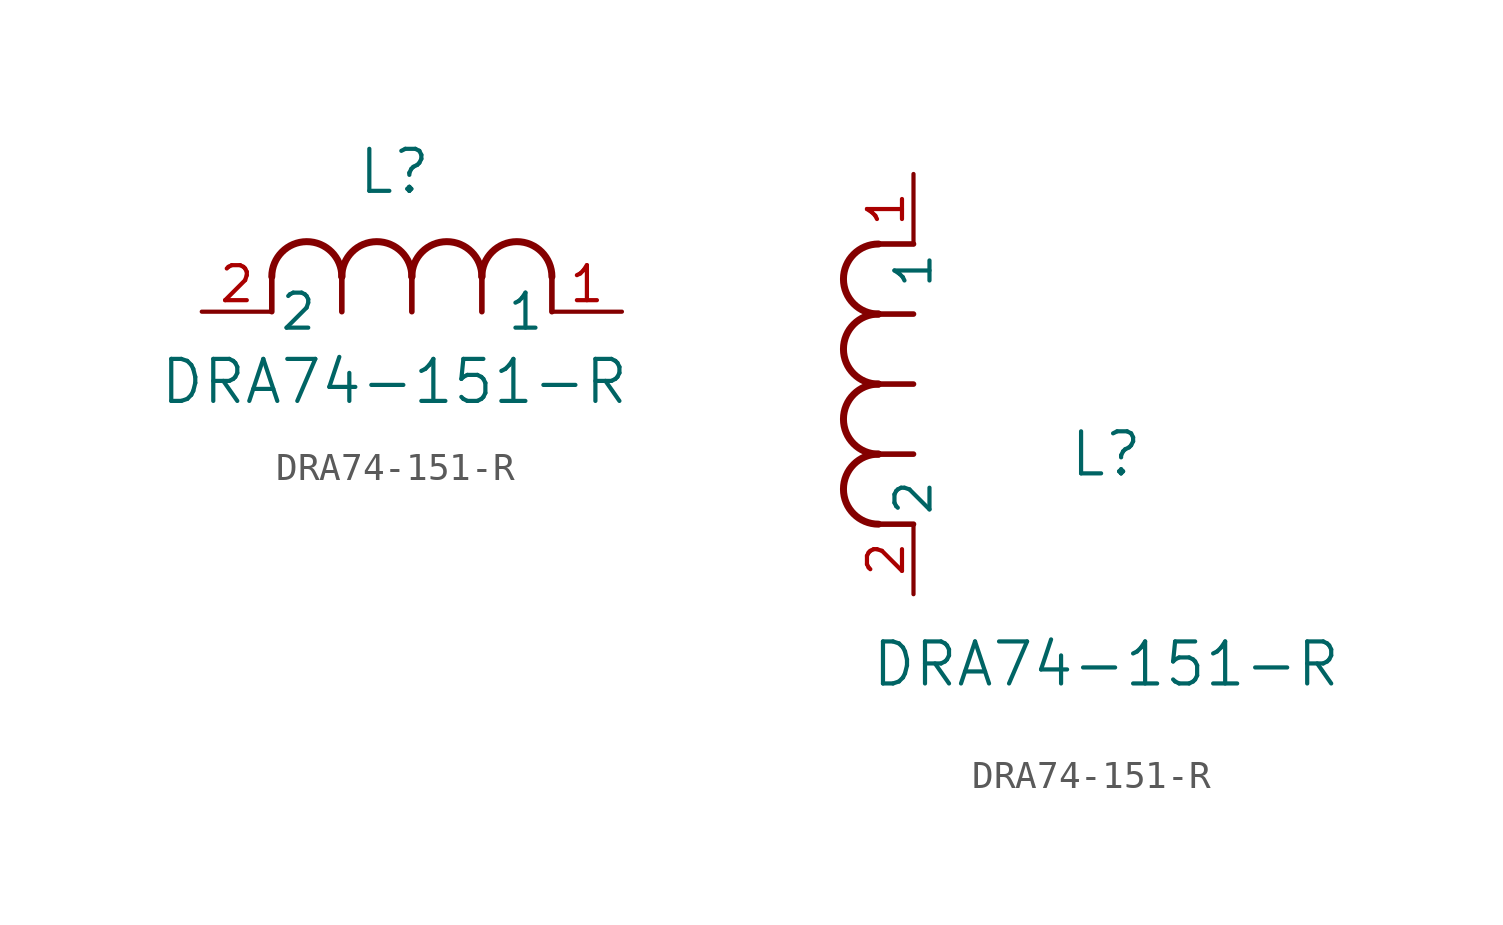
<source format=kicad_sym>
(kicad_symbol_lib
  (version 20211014)
  (generator kicad_symbol_editor)
  (symbol "DRA74-151-R"
    (pin_names
      (offset 0.254))
    (property "Reference" "L"
      (at 6.985 5.08 0)
      (effects (font (size 1.524 1.524))))
    (property "Value" "DRA74-151-R"
      (at 6.985 -2.54 0)
      (effects (font (size 1.524 1.524))))
    (symbol "DRA74-151-R_1_1"
      (arc (start 7.62 1.27) (mid 6.35 2.54) (end 5.08 1.27) (stroke (width 0.254) (type default) (color 0 0 0 0)) (fill (type none)))
      (polyline (pts (xy 5.08 0) (xy 5.08 1.27)) (stroke (width 0.203) (type default) (color 0 0 0 0)) (fill (type none)))
      (polyline (pts (xy 7.62 0) (xy 7.62 1.27)) (stroke (width 0.203) (type default) (color 0 0 0 0)) (fill (type none)))
      (polyline (pts (xy 12.7 0) (xy 12.7 1.27)) (stroke (width 0.203) (type default) (color 0 0 0 0)) (fill (type none)))
      (arc (start 5.08 1.27) (mid 3.81 2.54) (end 2.54 1.27) (stroke (width 0.254) (type default) (color 0 0 0 0)) (fill (type none)))
      (arc (start 10.16 1.27) (mid 8.89 2.54) (end 7.62 1.27) (stroke (width 0.254) (type default) (color 0 0 0 0)) (fill (type none)))
      (arc (start 12.7 1.27) (mid 11.43 2.54) (end 10.16 1.27) (stroke (width 0.254) (type default) (color 0 0 0 0)) (fill (type none)))
      (polyline (pts (xy 2.54 0) (xy 2.54 1.27)) (stroke (width 0.203) (type default) (color 0 0 0 0)) (fill (type none)))
      (polyline (pts (xy 10.16 0) (xy 10.16 1.27)) (stroke (width 0.203) (type default) (color 0 0 0 0)) (fill (type none)))
      (pin unspecified line (at 0 0 0) (length 2.54) (name "2" (effects (font (size 1.27 1.27)))) (number "2" (effects (font (size 1.27 1.27)))))
      (pin unspecified line (at 15.24 0 180) (length 2.54) (name "1" (effects (font (size 1.27 1.27)))) (number "1" (effects (font (size 1.27 1.27))))))
    (symbol "DRA74-151-R_1_2"
      (arc (start -1.27 7.62) (mid -2.54 6.35) (end -1.27 5.08) (stroke (width 0.254) (type default) (color 0 0 0 0)) (fill (type none)))
      (arc (start -1.27 5.08) (mid -2.54 3.81) (end -1.27 2.54) (stroke (width 0.254) (type default) (color 0 0 0 0)) (fill (type none)))
      (arc (start -1.27 12.7) (mid -2.54 11.43) (end -1.27 10.16) (stroke (width 0.254) (type default) (color 0 0 0 0)) (fill (type none)))
      (arc (start -1.27 10.16) (mid -2.54 8.89) (end -1.27 7.62) (stroke (width 0.254) (type default) (color 0 0 0 0)) (fill (type none)))
      (polyline (pts (xy 0 7.62) (xy -1.27 7.62)) (stroke (width 0.203) (type default) (color 0 0 0 0)) (fill (type none)))
      (polyline (pts (xy 0 5.08) (xy -1.27 5.08)) (stroke (width 0.203) (type default) (color 0 0 0 0)) (fill (type none)))
      (polyline (pts (xy 0 12.7) (xy -1.27 12.7)) (stroke (width 0.203) (type default) (color 0 0 0 0)) (fill (type none)))
      (polyline (pts (xy 0 2.54) (xy -1.27 2.54)) (stroke (width 0.203) (type default) (color 0 0 0 0)) (fill (type none)))
      (polyline (pts (xy 0 10.16) (xy -1.27 10.16)) (stroke (width 0.203) (type default) (color 0 0 0 0)) (fill (type none)))
      (pin unspecified line (at 0 0 90) (length 2.54) (name "2" (effects (font (size 1.27 1.27)))) (number "2" (effects (font (size 1.27 1.27)))))
      (pin unspecified line (at 0 15.24 270) (length 2.54) (name "1" (effects (font (size 1.27 1.27)))) (number "1" (effects (font (size 1.27 1.27))))))))
</source>
